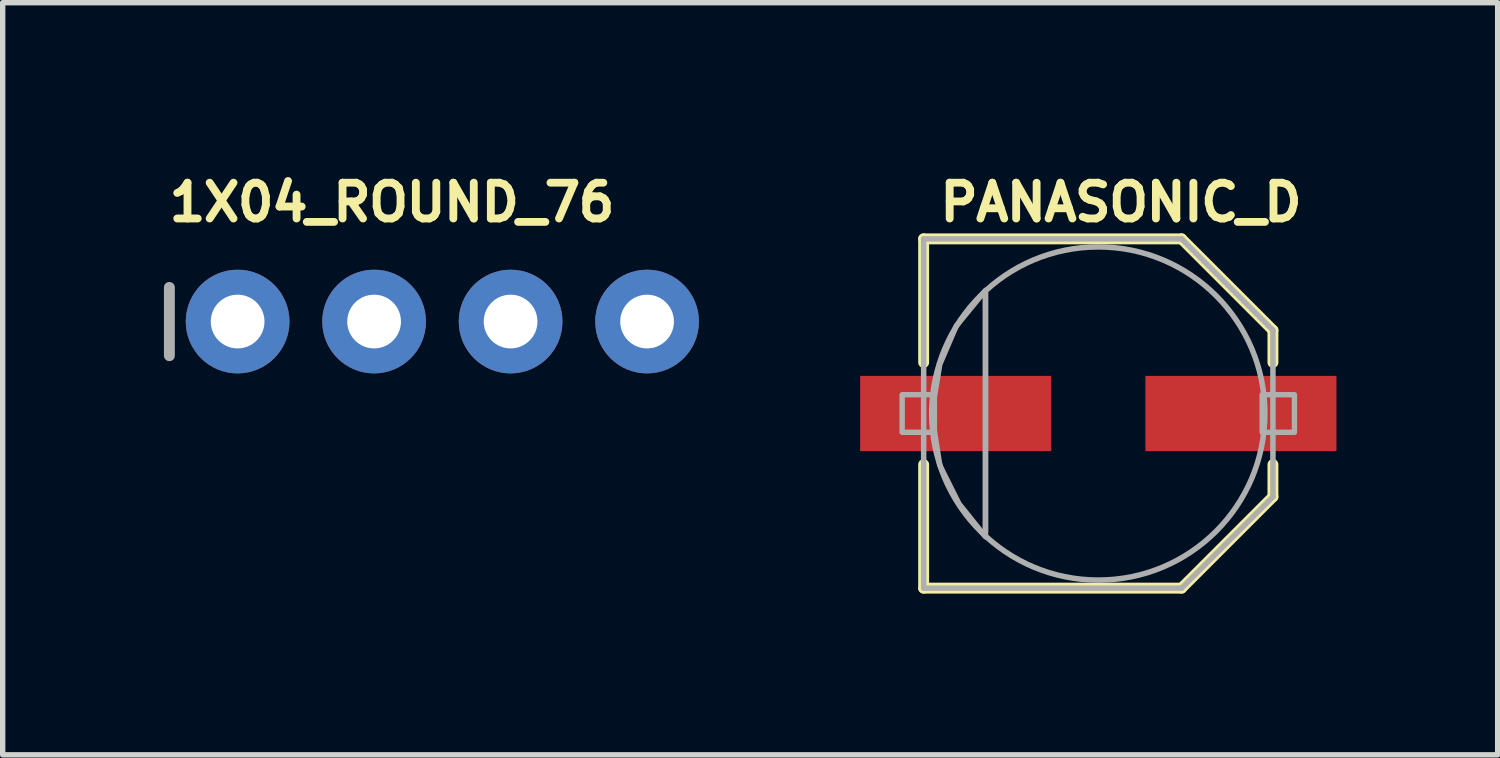
<source format=kicad_pcb>
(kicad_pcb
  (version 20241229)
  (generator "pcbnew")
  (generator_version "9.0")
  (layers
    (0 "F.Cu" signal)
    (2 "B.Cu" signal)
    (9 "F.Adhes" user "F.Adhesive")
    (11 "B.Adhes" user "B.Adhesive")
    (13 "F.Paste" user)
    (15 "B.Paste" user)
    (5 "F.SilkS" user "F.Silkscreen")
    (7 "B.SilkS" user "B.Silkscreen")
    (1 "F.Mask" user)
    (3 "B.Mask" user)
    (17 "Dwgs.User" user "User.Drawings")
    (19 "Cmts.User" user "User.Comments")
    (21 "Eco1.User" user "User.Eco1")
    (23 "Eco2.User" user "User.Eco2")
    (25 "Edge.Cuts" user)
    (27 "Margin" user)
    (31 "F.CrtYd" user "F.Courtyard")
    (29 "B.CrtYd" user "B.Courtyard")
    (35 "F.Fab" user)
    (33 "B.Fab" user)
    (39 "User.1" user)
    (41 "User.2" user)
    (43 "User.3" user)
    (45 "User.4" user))
  (footprint "PANASONIC_D"
    (layer "F.Cu")
    (at 17.389 4.645)
    (property "Reference" "PANASONIC_D" (at -3.02 -3.54 0) (unlocked yes) (layer "F.SilkS") (effects (font (size 0.666 0.666) (thickness 0.146)) (justify left bottom)))
    (fp_line (start -3.25 -3.25) (end 1.55 -3.25) (stroke (width 0.203) (type solid)) (layer "F.SilkS"))
    (fp_line (start -3.25 -0.95) (end -3.25 -3.25) (stroke (width 0.203) (type solid)) (layer "F.SilkS"))
    (fp_line (start -3.25 3.25) (end -3.25 0.95) (stroke (width 0.203) (type solid)) (layer "F.SilkS"))
    (fp_line (start 1.55 -3.25) (end 3.25 -1.55) (stroke (width 0.203) (type solid)) (layer "F.SilkS"))
    (fp_line (start 1.55 3.25) (end -3.25 3.25) (stroke (width 0.203) (type solid)) (layer "F.SilkS"))
    (fp_line (start 3.25 -1.55) (end 3.25 -0.95) (stroke (width 0.203) (type solid)) (layer "F.SilkS"))
    (fp_line (start 3.25 0.95) (end 3.25 1.55) (stroke (width 0.203) (type solid)) (layer "F.SilkS"))
    (fp_line (start 3.25 1.55) (end 1.55 3.25) (stroke (width 0.203) (type solid)) (layer "F.SilkS"))
    (fp_line (start -3.25 -3.25) (end 1.55 -3.25) (stroke (width 0.102) (type solid)) (layer "F.Fab"))
    (fp_line (start -3.25 3.25) (end -3.25 -3.25) (stroke (width 0.102) (type solid)) (layer "F.Fab"))
    (fp_line (start -2.1 -2.25) (end -2.1 2.2) (stroke (width 0.102) (type solid)) (layer "F.Fab"))
    (fp_line (start 1.55 -3.25) (end 3.25 -1.55) (stroke (width 0.102) (type solid)) (layer "F.Fab"))
    (fp_line (start 1.55 3.25) (end -3.25 3.25) (stroke (width 0.102) (type solid)) (layer "F.Fab"))
    (fp_line (start 3.25 -1.55) (end 3.25 1.55) (stroke (width 0.102) (type solid)) (layer "F.Fab"))
    (fp_line (start 3.25 1.55) (end 1.55 3.25) (stroke (width 0.102) (type solid)) (layer "F.Fab"))
    (fp_circle (center 0 0) (end 3.1 0) (stroke (width 0.102) (type solid)) (fill no) (layer "F.Fab"))
    (fp_poly (pts (xy -3.65 0.35) (xy -3.05 0.35) (xy -3.05 -0.35) (xy -3.65 -0.35)) (stroke (width 0.1) (type default)) (fill no) (layer "F.Fab"))
    (fp_poly (pts (xy 3.05 0.35) (xy 3.65 0.35) (xy 3.65 -0.35) (xy 3.05 -0.35)) (stroke (width 0.1) (type default)) (fill no) (layer "F.Fab"))
    (fp_poly (pts (xy -2.099 2.295) (xy -2.593 1.678) (xy -2.949 0.966) (xy -3.101 -0.00022) (xy -2.949 -0.914) (xy -2.644 -1.627) (xy -2.099 -2.292)) (stroke (width 0.1) (type default)) (fill no) (layer "F.Fab"))
    (pad "+" smd rect (at 2.654 0) (size 3.556 1.4) (layers "F.Cu" "F.Mask" "F.Paste"))
    (pad "-" smd rect (at -2.654 0) (size 3.556 1.4) (layers "F.Cu" "F.Mask" "F.Paste")))
  (footprint "1X04_ROUND_76"
    (layer "F.Cu")
    (at 5.182 2.934)
    (property "Reference" "1X04_ROUND_76" (at -5.156 -1.829 0) (unlocked yes) (layer "F.SilkS") (effects (font (size 0.666 0.666) (thickness 0.146)) (justify left bottom)))
    (fp_line (start -5.08 -0.635) (end -5.08 0.635) (stroke (width 0.203) (type solid)) (layer "F.Fab"))
    (fp_poly (pts (xy -4.064 0.254) (xy -3.556 0.254) (xy -3.556 -0.254) (xy -4.064 -0.254)) (stroke (width 0.1) (type default)) (fill no) (layer "F.Fab"))
    (fp_poly (pts (xy -1.524 0.254) (xy -1.016 0.254) (xy -1.016 -0.254) (xy -1.524 -0.254)) (stroke (width 0.1) (type default)) (fill no) (layer "F.Fab"))
    (fp_poly (pts (xy 1.016 0.254) (xy 1.524 0.254) (xy 1.524 -0.254) (xy 1.016 -0.254)) (stroke (width 0.1) (type default)) (fill no) (layer "F.Fab"))
    (fp_poly (pts (xy 3.556 0.254) (xy 4.064 0.254) (xy 4.064 -0.254) (xy 3.556 -0.254)) (stroke (width 0.1) (type default)) (fill no) (layer "F.Fab"))
    (pad "1" thru_hole circle (at -3.81 0 90) (size 1.93 1.93) (drill 1) (layers "*.Cu" "*.Mask"))
    (pad "2" thru_hole circle (at -1.27 0 90) (size 1.93 1.93) (drill 1) (layers "*.Cu" "*.Mask"))
    (pad "3" thru_hole circle (at 1.27 0 90) (size 1.93 1.93) (drill 1) (layers "*.Cu" "*.Mask"))
    (pad "4" thru_hole circle (at 3.81 0 90) (size 1.93 1.93) (drill 1) (layers "*.Cu" "*.Mask")))
  (gr_rect
    (start -3 -3)
    (end 24.821 10.997)
    (stroke (width 0.1) (type default))
    (fill no)
    (layer "Edge.Cuts")))
</source>
